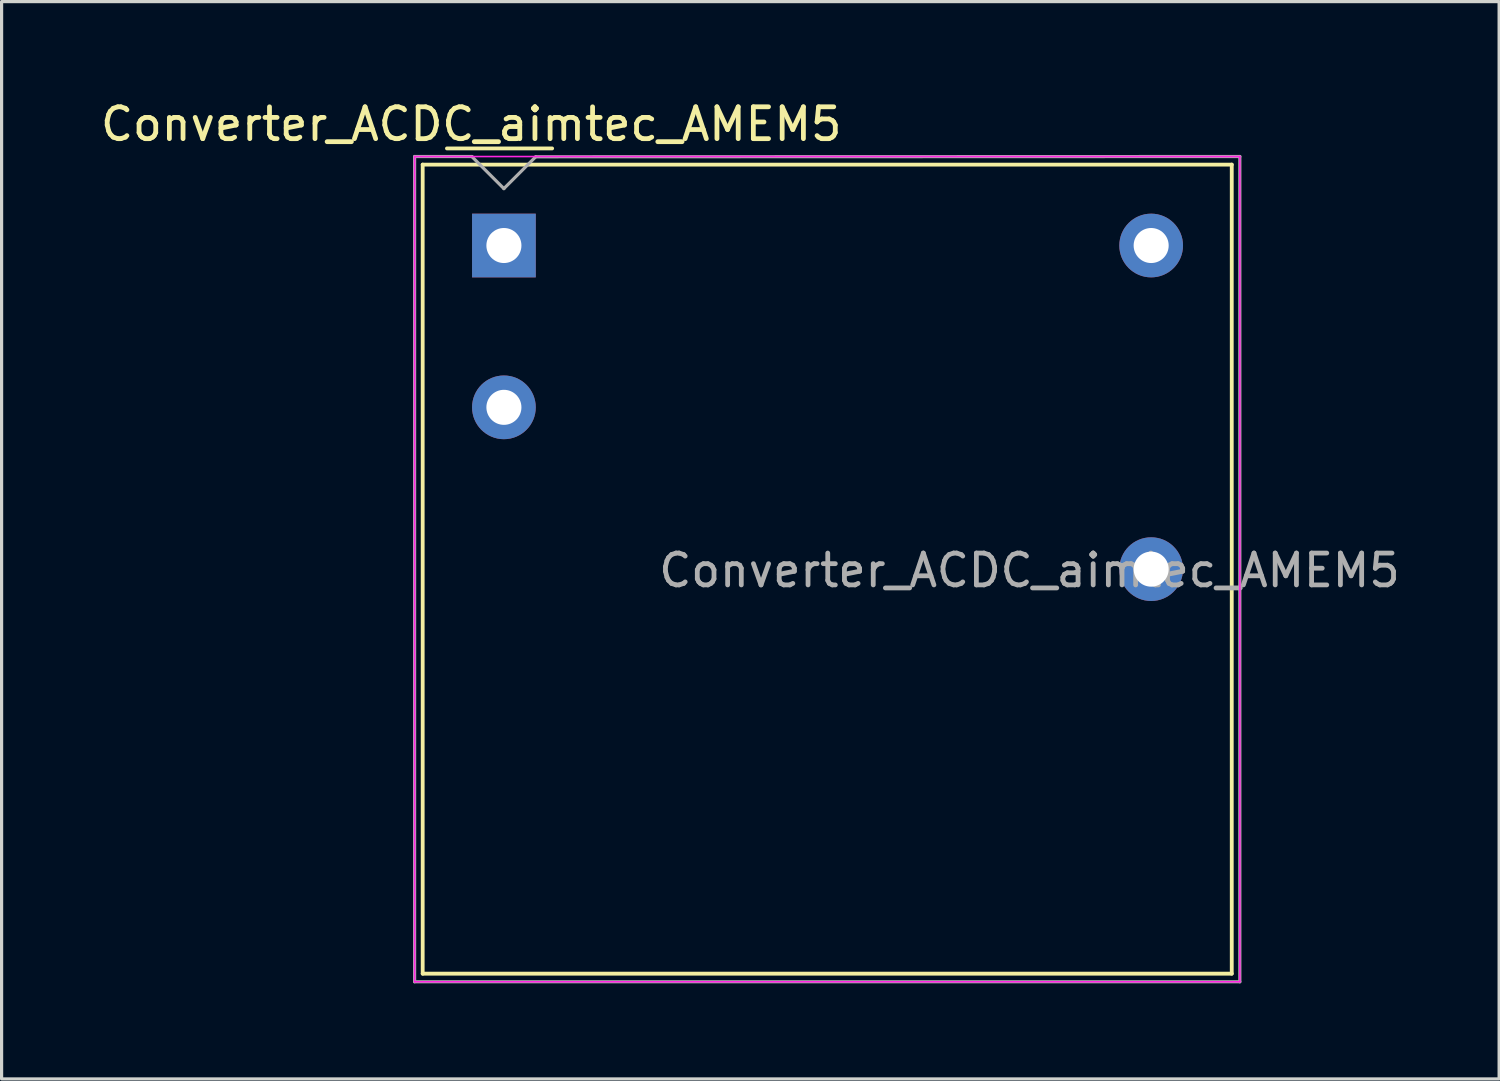
<source format=kicad_pcb>
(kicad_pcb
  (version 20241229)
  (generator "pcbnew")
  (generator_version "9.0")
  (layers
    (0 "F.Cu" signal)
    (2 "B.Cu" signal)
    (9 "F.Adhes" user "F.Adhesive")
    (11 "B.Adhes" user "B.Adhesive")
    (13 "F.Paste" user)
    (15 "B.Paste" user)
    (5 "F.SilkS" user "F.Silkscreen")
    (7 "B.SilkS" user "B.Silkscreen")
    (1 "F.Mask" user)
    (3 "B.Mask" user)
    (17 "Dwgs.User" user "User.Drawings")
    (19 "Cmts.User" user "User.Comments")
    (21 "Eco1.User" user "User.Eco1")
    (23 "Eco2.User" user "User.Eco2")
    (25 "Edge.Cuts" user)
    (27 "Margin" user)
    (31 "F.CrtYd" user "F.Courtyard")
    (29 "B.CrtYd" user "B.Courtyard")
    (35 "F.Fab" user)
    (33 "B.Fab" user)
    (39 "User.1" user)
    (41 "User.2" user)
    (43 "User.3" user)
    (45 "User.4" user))
  (footprint "Converter_ACDC_aimtec_AMEM5"
    (layer "F.Cu")
    (at 10.22 2.118)
    (property "Reference" "Converter_ACDC_aimtec_AMEM5" (at 1.524 -1.27 0) (layer "F.SilkS") (effects (font (size 1 1) (thickness 0.15))))
    (attr through_hole)
    (fp_line (start 0 0) (end 25.4 0) (stroke (width 0.12) (type solid)) (layer "F.SilkS"))
    (fp_line (start 0 25.4) (end 0 0) (stroke (width 0.12) (type solid)) (layer "F.SilkS"))
    (fp_line (start 0.762 -0.508) (end 4.064 -0.508) (stroke (width 0.12) (type solid)) (layer "F.SilkS"))
    (fp_line (start 25.4 0) (end 25.4 25.4) (stroke (width 0.12) (type solid)) (layer "F.SilkS"))
    (fp_line (start 25.4 25.4) (end 0 25.4) (stroke (width 0.12) (type solid)) (layer "F.SilkS"))
    (fp_line (start -0.254 -0.254) (end 25.654 -0.254) (stroke (width 0.05) (type solid)) (layer "F.CrtYd"))
    (fp_line (start -0.254 25.654) (end -0.254 -0.254) (stroke (width 0.05) (type solid)) (layer "F.CrtYd"))
    (fp_line (start 25.654 -0.254) (end 25.654 25.654) (stroke (width 0.05) (type solid)) (layer "F.CrtYd"))
    (fp_line (start 25.654 25.654) (end -0.254 25.654) (stroke (width 0.05) (type solid)) (layer "F.CrtYd"))
    (fp_line (start -0.254 -0.254) (end 1.55 -0.254) (stroke (width 0.1) (type solid)) (layer "F.Fab"))
    (fp_line (start -0.254 25.654) (end -0.254 -0.254) (stroke (width 0.1) (type solid)) (layer "F.Fab"))
    (fp_line (start 1.55 -0.246) (end 2.55 0.754) (stroke (width 0.1) (type solid)) (layer "F.Fab"))
    (fp_line (start 2.548 0.754) (end 3.548 -0.246) (stroke (width 0.1) (type solid)) (layer "F.Fab"))
    (fp_line (start 3.548 -0.246) (end 25.654 -0.254) (stroke (width 0.1) (type solid)) (layer "F.Fab"))
    (fp_line (start 25.654 -0.254) (end 25.654 25.654) (stroke (width 0.1) (type solid)) (layer "F.Fab"))
    (fp_line (start 25.654 25.654) (end -0.254 25.654) (stroke (width 0.1) (type solid)) (layer "F.Fab"))
    (fp_text user "${REFERENCE}" (at 19.05 12.74 0) (layer "F.Fab") (effects (font (size 1 1) (thickness 0.15))))
    (pad "1" thru_hole rect (at 2.55 2.54) (size 2 2) (drill 1.1) (layers "*.Cu" "*.Mask"))
    (pad "2" thru_hole circle (at 2.55 7.62) (size 2 2) (drill 1.1) (layers "*.Cu" "*.Mask"))
    (pad "4" thru_hole circle (at 22.87 12.7) (size 2 2) (drill 1.1) (layers "*.Cu" "*.Mask"))
    (pad "5" thru_hole circle (at 22.87 2.54) (size 2 2) (drill 1.1) (layers "*.Cu" "*.Mask")))
  (gr_rect
    (start -3 -3)
    (end 44.014 30.822)
    (stroke (width 0.1) (type default))
    (fill no)
    (layer "Edge.Cuts")))
</source>
